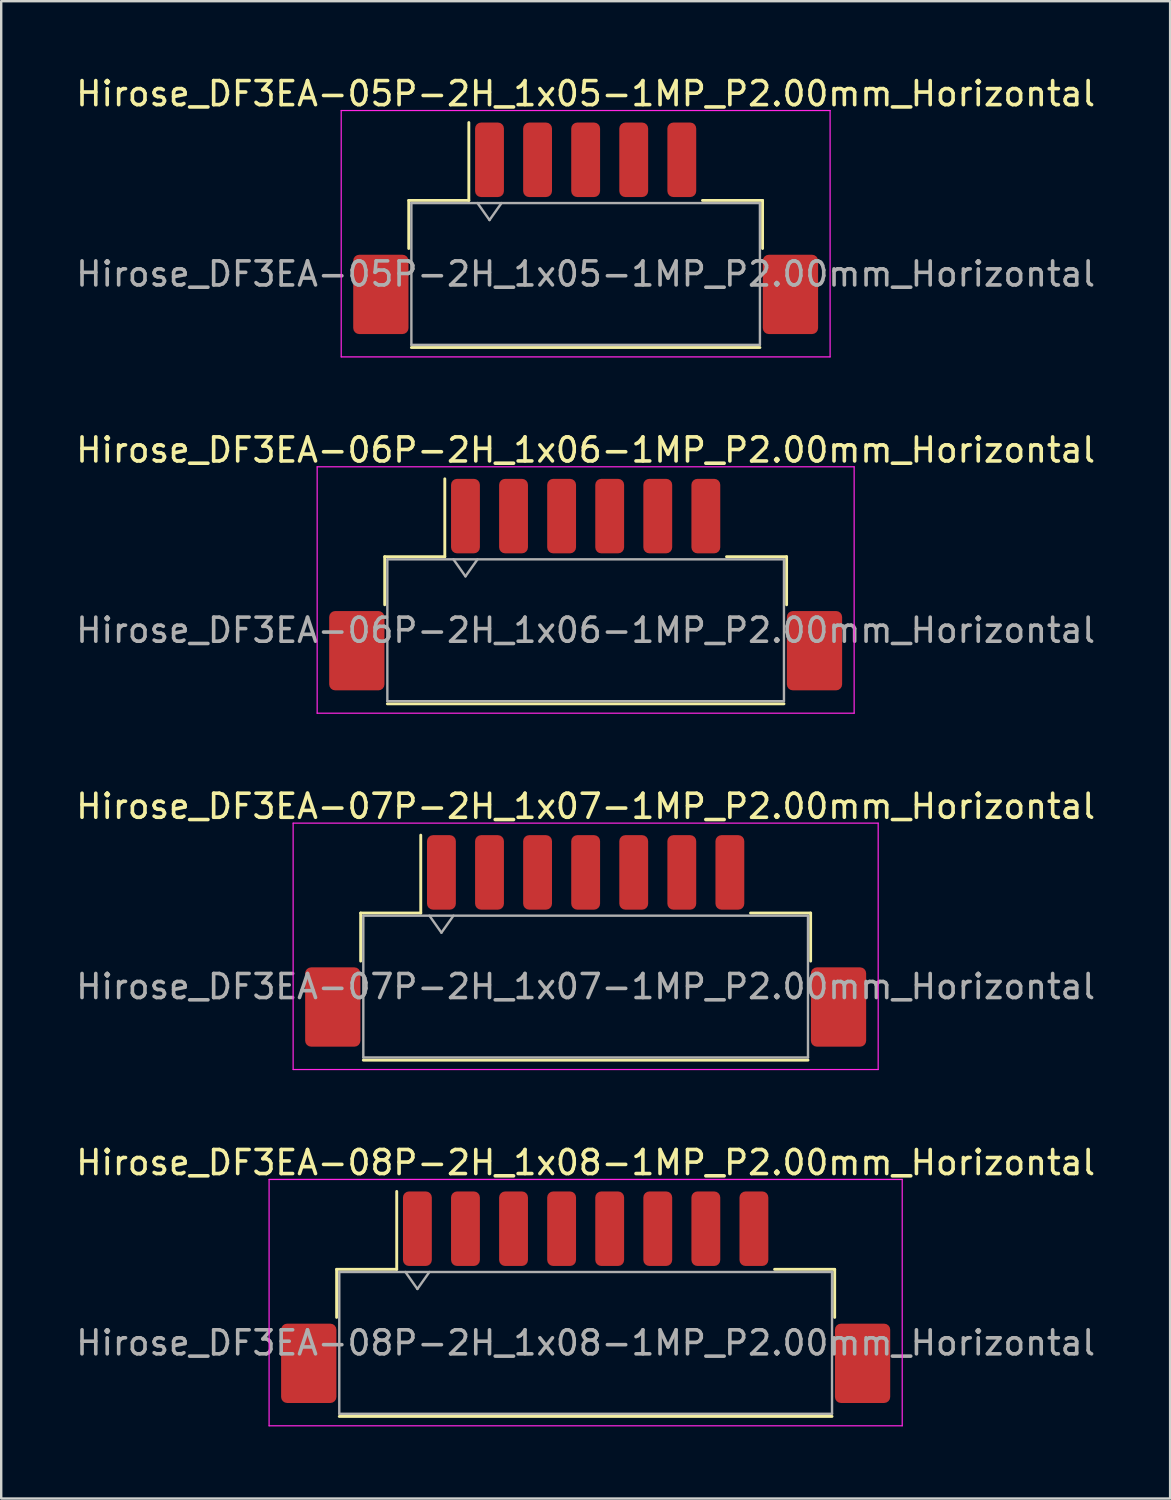
<source format=kicad_pcb>
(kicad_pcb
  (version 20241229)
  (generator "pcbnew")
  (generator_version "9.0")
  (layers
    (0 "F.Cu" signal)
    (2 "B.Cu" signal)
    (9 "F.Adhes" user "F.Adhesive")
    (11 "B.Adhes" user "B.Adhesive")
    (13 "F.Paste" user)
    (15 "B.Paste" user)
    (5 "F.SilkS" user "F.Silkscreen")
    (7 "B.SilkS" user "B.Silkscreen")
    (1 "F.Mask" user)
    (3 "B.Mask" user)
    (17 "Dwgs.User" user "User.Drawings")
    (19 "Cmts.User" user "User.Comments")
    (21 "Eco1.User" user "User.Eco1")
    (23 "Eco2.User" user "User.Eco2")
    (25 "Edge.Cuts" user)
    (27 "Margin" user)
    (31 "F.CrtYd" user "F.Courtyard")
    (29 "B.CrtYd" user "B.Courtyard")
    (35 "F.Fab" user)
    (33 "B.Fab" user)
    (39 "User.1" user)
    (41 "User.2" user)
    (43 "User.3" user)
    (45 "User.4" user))
  (footprint "Hirose_DF3EA-05P-2H_1x05-1MP_P2.00mm_Horizontal"
    (layer "F.Cu")
    (at 21.315 6.448)
    (property "Reference" "Hirose_DF3EA-05P-2H_1x05-1MP_P2.00mm_Horizontal" (at 0 -5.6 0) (layer "F.SilkS") (effects (font (size 1 1) (thickness 0.15))))
    (attr smd)
    (fp_line (start -7.36 -1.16) (end -4.86 -1.16) (stroke (width 0.12) (type solid)) (layer "F.SilkS"))
    (fp_line (start -7.36 0.84) (end -7.36 -1.16) (stroke (width 0.12) (type solid)) (layer "F.SilkS"))
    (fp_line (start -7.25 4.96) (end 7.25 4.96) (stroke (width 0.12) (type solid)) (layer "F.SilkS"))
    (fp_line (start -4.86 -1.16) (end -4.86 -4.4) (stroke (width 0.12) (type solid)) (layer "F.SilkS"))
    (fp_line (start 7.36 -1.16) (end 4.86 -1.16) (stroke (width 0.12) (type solid)) (layer "F.SilkS"))
    (fp_line (start 7.36 0.84) (end 7.36 -1.16) (stroke (width 0.12) (type solid)) (layer "F.SilkS"))
    (fp_line (start -10.17 -4.9) (end -10.17 5.35) (stroke (width 0.05) (type solid)) (layer "F.CrtYd"))
    (fp_line (start -10.17 5.35) (end 10.17 5.35) (stroke (width 0.05) (type solid)) (layer "F.CrtYd"))
    (fp_line (start 10.17 -4.9) (end -10.17 -4.9) (stroke (width 0.05) (type solid)) (layer "F.CrtYd"))
    (fp_line (start 10.17 5.35) (end 10.17 -4.9) (stroke (width 0.05) (type solid)) (layer "F.CrtYd"))
    (fp_line (start -7.25 -1.05) (end -7.25 4.85) (stroke (width 0.1) (type solid)) (layer "F.Fab"))
    (fp_line (start -7.25 -1.05) (end 7.25 -1.05) (stroke (width 0.1) (type solid)) (layer "F.Fab"))
    (fp_line (start -7.25 4.85) (end 7.25 4.85) (stroke (width 0.1) (type solid)) (layer "F.Fab"))
    (fp_line (start -4.5 -1.05) (end -4 -0.343) (stroke (width 0.1) (type solid)) (layer "F.Fab"))
    (fp_line (start -4 -0.343) (end -3.5 -1.05) (stroke (width 0.1) (type solid)) (layer "F.Fab"))
    (fp_line (start 7.25 -1.05) (end 7.25 4.85) (stroke (width 0.1) (type solid)) (layer "F.Fab"))
    (fp_text user "${REFERENCE}" (at 0 1.9 0) (layer "F.Fab") (effects (font (size 1 1) (thickness 0.15))))
    (pad "1" smd roundrect (at -4 -2.85) (size 1.2 3.1) (layers "F.Cu" "F.Mask" "F.Paste") (roundrect_rratio 0.208))
    (pad "2" smd roundrect (at -2 -2.85) (size 1.2 3.1) (layers "F.Cu" "F.Mask" "F.Paste") (roundrect_rratio 0.208))
    (pad "3" smd roundrect (at 0 -2.85) (size 1.2 3.1) (layers "F.Cu" "F.Mask" "F.Paste") (roundrect_rratio 0.208))
    (pad "4" smd roundrect (at 2 -2.85) (size 1.2 3.1) (layers "F.Cu" "F.Mask" "F.Paste") (roundrect_rratio 0.208))
    (pad "5" smd roundrect (at 4 -2.85) (size 1.2 3.1) (layers "F.Cu" "F.Mask" "F.Paste") (roundrect_rratio 0.208))
    (pad "MP" smd roundrect (at -8.52 2.75) (size 2.3 3.3) (layers "F.Cu" "F.Mask" "F.Paste") (roundrect_rratio 0.109))
    (pad "MP" smd roundrect (at 8.52 2.75) (size 2.3 3.3) (layers "F.Cu" "F.Mask" "F.Paste") (roundrect_rratio 0.109)))
  (footprint "Hirose_DF3EA-08P-2H_1x08-1MP_P2.00mm_Horizontal"
    (layer "F.Cu")
    (at 21.315 50.918)
    (property "Reference" "Hirose_DF3EA-08P-2H_1x08-1MP_P2.00mm_Horizontal" (at 0 -5.6 0) (layer "F.SilkS") (effects (font (size 1 1) (thickness 0.15))))
    (attr smd)
    (fp_line (start -10.36 -1.16) (end -7.86 -1.16) (stroke (width 0.12) (type solid)) (layer "F.SilkS"))
    (fp_line (start -10.36 0.84) (end -10.36 -1.16) (stroke (width 0.12) (type solid)) (layer "F.SilkS"))
    (fp_line (start -10.25 4.96) (end 10.25 4.96) (stroke (width 0.12) (type solid)) (layer "F.SilkS"))
    (fp_line (start -7.86 -1.16) (end -7.86 -4.4) (stroke (width 0.12) (type solid)) (layer "F.SilkS"))
    (fp_line (start 10.36 -1.16) (end 7.86 -1.16) (stroke (width 0.12) (type solid)) (layer "F.SilkS"))
    (fp_line (start 10.36 0.84) (end 10.36 -1.16) (stroke (width 0.12) (type solid)) (layer "F.SilkS"))
    (fp_line (start -13.17 -4.9) (end -13.17 5.35) (stroke (width 0.05) (type solid)) (layer "F.CrtYd"))
    (fp_line (start -13.17 5.35) (end 13.17 5.35) (stroke (width 0.05) (type solid)) (layer "F.CrtYd"))
    (fp_line (start 13.17 -4.9) (end -13.17 -4.9) (stroke (width 0.05) (type solid)) (layer "F.CrtYd"))
    (fp_line (start 13.17 5.35) (end 13.17 -4.9) (stroke (width 0.05) (type solid)) (layer "F.CrtYd"))
    (fp_line (start -10.25 -1.05) (end -10.25 4.85) (stroke (width 0.1) (type solid)) (layer "F.Fab"))
    (fp_line (start -10.25 -1.05) (end 10.25 -1.05) (stroke (width 0.1) (type solid)) (layer "F.Fab"))
    (fp_line (start -10.25 4.85) (end 10.25 4.85) (stroke (width 0.1) (type solid)) (layer "F.Fab"))
    (fp_line (start -7.5 -1.05) (end -7 -0.343) (stroke (width 0.1) (type solid)) (layer "F.Fab"))
    (fp_line (start -7 -0.343) (end -6.5 -1.05) (stroke (width 0.1) (type solid)) (layer "F.Fab"))
    (fp_line (start 10.25 -1.05) (end 10.25 4.85) (stroke (width 0.1) (type solid)) (layer "F.Fab"))
    (fp_text user "${REFERENCE}" (at 0 1.9 0) (layer "F.Fab") (effects (font (size 1 1) (thickness 0.15))))
    (pad "1" smd roundrect (at -7 -2.85) (size 1.2 3.1) (layers "F.Cu" "F.Mask" "F.Paste") (roundrect_rratio 0.208))
    (pad "2" smd roundrect (at -5 -2.85) (size 1.2 3.1) (layers "F.Cu" "F.Mask" "F.Paste") (roundrect_rratio 0.208))
    (pad "3" smd roundrect (at -3 -2.85) (size 1.2 3.1) (layers "F.Cu" "F.Mask" "F.Paste") (roundrect_rratio 0.208))
    (pad "4" smd roundrect (at -1 -2.85) (size 1.2 3.1) (layers "F.Cu" "F.Mask" "F.Paste") (roundrect_rratio 0.208))
    (pad "5" smd roundrect (at 1 -2.85) (size 1.2 3.1) (layers "F.Cu" "F.Mask" "F.Paste") (roundrect_rratio 0.208))
    (pad "6" smd roundrect (at 3 -2.85) (size 1.2 3.1) (layers "F.Cu" "F.Mask" "F.Paste") (roundrect_rratio 0.208))
    (pad "7" smd roundrect (at 5 -2.85) (size 1.2 3.1) (layers "F.Cu" "F.Mask" "F.Paste") (roundrect_rratio 0.208))
    (pad "8" smd roundrect (at 7 -2.85) (size 1.2 3.1) (layers "F.Cu" "F.Mask" "F.Paste") (roundrect_rratio 0.208))
    (pad "MP" smd roundrect (at -11.52 2.75) (size 2.3 3.3) (layers "F.Cu" "F.Mask" "F.Paste") (roundrect_rratio 0.109))
    (pad "MP" smd roundrect (at 11.52 2.75) (size 2.3 3.3) (layers "F.Cu" "F.Mask" "F.Paste") (roundrect_rratio 0.109)))
  (footprint "Hirose_DF3EA-06P-2H_1x06-1MP_P2.00mm_Horizontal"
    (layer "F.Cu")
    (at 21.315 21.271)
    (property "Reference" "Hirose_DF3EA-06P-2H_1x06-1MP_P2.00mm_Horizontal" (at 0 -5.6 0) (layer "F.SilkS") (effects (font (size 1 1) (thickness 0.15))))
    (attr smd)
    (fp_line (start -8.36 -1.16) (end -5.86 -1.16) (stroke (width 0.12) (type solid)) (layer "F.SilkS"))
    (fp_line (start -8.36 0.84) (end -8.36 -1.16) (stroke (width 0.12) (type solid)) (layer "F.SilkS"))
    (fp_line (start -8.25 4.96) (end 8.25 4.96) (stroke (width 0.12) (type solid)) (layer "F.SilkS"))
    (fp_line (start -5.86 -1.16) (end -5.86 -4.4) (stroke (width 0.12) (type solid)) (layer "F.SilkS"))
    (fp_line (start 8.36 -1.16) (end 5.86 -1.16) (stroke (width 0.12) (type solid)) (layer "F.SilkS"))
    (fp_line (start 8.36 0.84) (end 8.36 -1.16) (stroke (width 0.12) (type solid)) (layer "F.SilkS"))
    (fp_line (start -11.17 -4.9) (end -11.17 5.35) (stroke (width 0.05) (type solid)) (layer "F.CrtYd"))
    (fp_line (start -11.17 5.35) (end 11.17 5.35) (stroke (width 0.05) (type solid)) (layer "F.CrtYd"))
    (fp_line (start 11.17 -4.9) (end -11.17 -4.9) (stroke (width 0.05) (type solid)) (layer "F.CrtYd"))
    (fp_line (start 11.17 5.35) (end 11.17 -4.9) (stroke (width 0.05) (type solid)) (layer "F.CrtYd"))
    (fp_line (start -8.25 -1.05) (end -8.25 4.85) (stroke (width 0.1) (type solid)) (layer "F.Fab"))
    (fp_line (start -8.25 -1.05) (end 8.25 -1.05) (stroke (width 0.1) (type solid)) (layer "F.Fab"))
    (fp_line (start -8.25 4.85) (end 8.25 4.85) (stroke (width 0.1) (type solid)) (layer "F.Fab"))
    (fp_line (start -5.5 -1.05) (end -5 -0.343) (stroke (width 0.1) (type solid)) (layer "F.Fab"))
    (fp_line (start -5 -0.343) (end -4.5 -1.05) (stroke (width 0.1) (type solid)) (layer "F.Fab"))
    (fp_line (start 8.25 -1.05) (end 8.25 4.85) (stroke (width 0.1) (type solid)) (layer "F.Fab"))
    (fp_text user "${REFERENCE}" (at 0 1.9 0) (layer "F.Fab") (effects (font (size 1 1) (thickness 0.15))))
    (pad "1" smd roundrect (at -5 -2.85) (size 1.2 3.1) (layers "F.Cu" "F.Mask" "F.Paste") (roundrect_rratio 0.208))
    (pad "2" smd roundrect (at -3 -2.85) (size 1.2 3.1) (layers "F.Cu" "F.Mask" "F.Paste") (roundrect_rratio 0.208))
    (pad "3" smd roundrect (at -1 -2.85) (size 1.2 3.1) (layers "F.Cu" "F.Mask" "F.Paste") (roundrect_rratio 0.208))
    (pad "4" smd roundrect (at 1 -2.85) (size 1.2 3.1) (layers "F.Cu" "F.Mask" "F.Paste") (roundrect_rratio 0.208))
    (pad "5" smd roundrect (at 3 -2.85) (size 1.2 3.1) (layers "F.Cu" "F.Mask" "F.Paste") (roundrect_rratio 0.208))
    (pad "6" smd roundrect (at 5 -2.85) (size 1.2 3.1) (layers "F.Cu" "F.Mask" "F.Paste") (roundrect_rratio 0.208))
    (pad "MP" smd roundrect (at -9.52 2.75) (size 2.3 3.3) (layers "F.Cu" "F.Mask" "F.Paste") (roundrect_rratio 0.109))
    (pad "MP" smd roundrect (at 9.52 2.75) (size 2.3 3.3) (layers "F.Cu" "F.Mask" "F.Paste") (roundrect_rratio 0.109)))
  (footprint "Hirose_DF3EA-07P-2H_1x07-1MP_P2.00mm_Horizontal"
    (layer "F.Cu")
    (at 21.315 36.095)
    (property "Reference" "Hirose_DF3EA-07P-2H_1x07-1MP_P2.00mm_Horizontal" (at 0 -5.6 0) (layer "F.SilkS") (effects (font (size 1 1) (thickness 0.15))))
    (attr smd)
    (fp_line (start -9.36 -1.16) (end -6.86 -1.16) (stroke (width 0.12) (type solid)) (layer "F.SilkS"))
    (fp_line (start -9.36 0.84) (end -9.36 -1.16) (stroke (width 0.12) (type solid)) (layer "F.SilkS"))
    (fp_line (start -9.25 4.96) (end 9.25 4.96) (stroke (width 0.12) (type solid)) (layer "F.SilkS"))
    (fp_line (start -6.86 -1.16) (end -6.86 -4.4) (stroke (width 0.12) (type solid)) (layer "F.SilkS"))
    (fp_line (start 9.36 -1.16) (end 6.86 -1.16) (stroke (width 0.12) (type solid)) (layer "F.SilkS"))
    (fp_line (start 9.36 0.84) (end 9.36 -1.16) (stroke (width 0.12) (type solid)) (layer "F.SilkS"))
    (fp_line (start -12.17 -4.9) (end -12.17 5.35) (stroke (width 0.05) (type solid)) (layer "F.CrtYd"))
    (fp_line (start -12.17 5.35) (end 12.17 5.35) (stroke (width 0.05) (type solid)) (layer "F.CrtYd"))
    (fp_line (start 12.17 -4.9) (end -12.17 -4.9) (stroke (width 0.05) (type solid)) (layer "F.CrtYd"))
    (fp_line (start 12.17 5.35) (end 12.17 -4.9) (stroke (width 0.05) (type solid)) (layer "F.CrtYd"))
    (fp_line (start -9.25 -1.05) (end -9.25 4.85) (stroke (width 0.1) (type solid)) (layer "F.Fab"))
    (fp_line (start -9.25 -1.05) (end 9.25 -1.05) (stroke (width 0.1) (type solid)) (layer "F.Fab"))
    (fp_line (start -9.25 4.85) (end 9.25 4.85) (stroke (width 0.1) (type solid)) (layer "F.Fab"))
    (fp_line (start -6.5 -1.05) (end -6 -0.343) (stroke (width 0.1) (type solid)) (layer "F.Fab"))
    (fp_line (start -6 -0.343) (end -5.5 -1.05) (stroke (width 0.1) (type solid)) (layer "F.Fab"))
    (fp_line (start 9.25 -1.05) (end 9.25 4.85) (stroke (width 0.1) (type solid)) (layer "F.Fab"))
    (fp_text user "${REFERENCE}" (at 0 1.9 0) (layer "F.Fab") (effects (font (size 1 1) (thickness 0.15))))
    (pad "1" smd roundrect (at -6 -2.85) (size 1.2 3.1) (layers "F.Cu" "F.Mask" "F.Paste") (roundrect_rratio 0.208))
    (pad "2" smd roundrect (at -4 -2.85) (size 1.2 3.1) (layers "F.Cu" "F.Mask" "F.Paste") (roundrect_rratio 0.208))
    (pad "3" smd roundrect (at -2 -2.85) (size 1.2 3.1) (layers "F.Cu" "F.Mask" "F.Paste") (roundrect_rratio 0.208))
    (pad "4" smd roundrect (at 0 -2.85) (size 1.2 3.1) (layers "F.Cu" "F.Mask" "F.Paste") (roundrect_rratio 0.208))
    (pad "5" smd roundrect (at 2 -2.85) (size 1.2 3.1) (layers "F.Cu" "F.Mask" "F.Paste") (roundrect_rratio 0.208))
    (pad "6" smd roundrect (at 4 -2.85) (size 1.2 3.1) (layers "F.Cu" "F.Mask" "F.Paste") (roundrect_rratio 0.208))
    (pad "7" smd roundrect (at 6 -2.85) (size 1.2 3.1) (layers "F.Cu" "F.Mask" "F.Paste") (roundrect_rratio 0.208))
    (pad "MP" smd roundrect (at -10.52 2.75) (size 2.3 3.3) (layers "F.Cu" "F.Mask" "F.Paste") (roundrect_rratio 0.109))
    (pad "MP" smd roundrect (at 10.52 2.75) (size 2.3 3.3) (layers "F.Cu" "F.Mask" "F.Paste") (roundrect_rratio 0.109)))
  (gr_rect
    (start -3 -3)
    (end 45.631 59.293)
    (stroke (width 0.1) (type default))
    (fill no)
    (layer "Edge.Cuts")))
</source>
